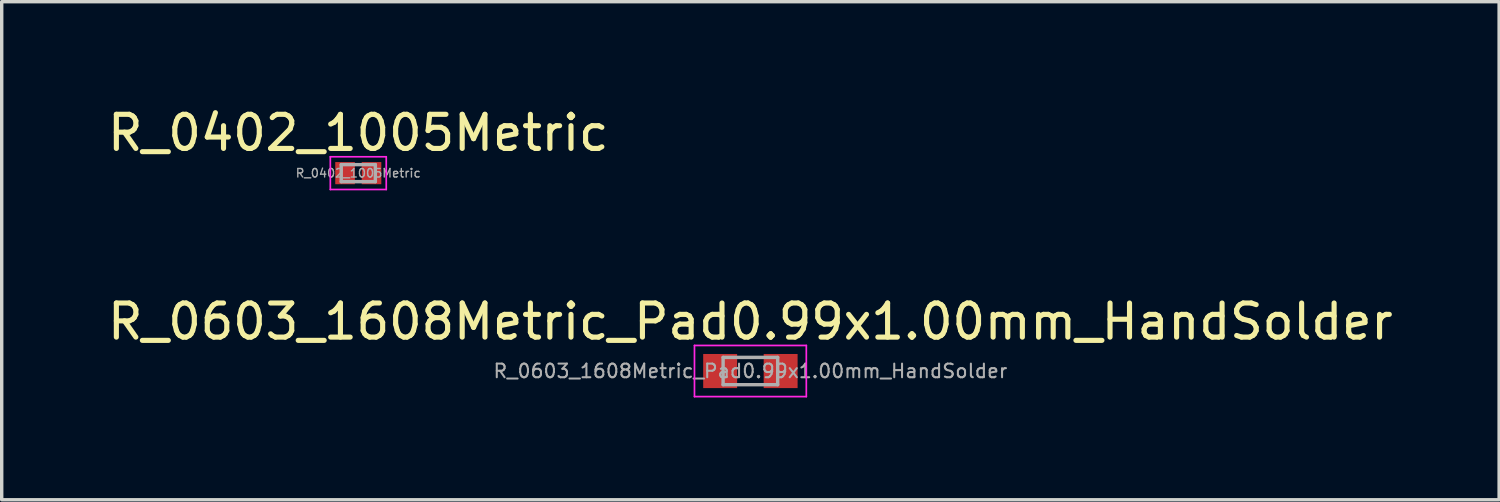
<source format=kicad_pcb>
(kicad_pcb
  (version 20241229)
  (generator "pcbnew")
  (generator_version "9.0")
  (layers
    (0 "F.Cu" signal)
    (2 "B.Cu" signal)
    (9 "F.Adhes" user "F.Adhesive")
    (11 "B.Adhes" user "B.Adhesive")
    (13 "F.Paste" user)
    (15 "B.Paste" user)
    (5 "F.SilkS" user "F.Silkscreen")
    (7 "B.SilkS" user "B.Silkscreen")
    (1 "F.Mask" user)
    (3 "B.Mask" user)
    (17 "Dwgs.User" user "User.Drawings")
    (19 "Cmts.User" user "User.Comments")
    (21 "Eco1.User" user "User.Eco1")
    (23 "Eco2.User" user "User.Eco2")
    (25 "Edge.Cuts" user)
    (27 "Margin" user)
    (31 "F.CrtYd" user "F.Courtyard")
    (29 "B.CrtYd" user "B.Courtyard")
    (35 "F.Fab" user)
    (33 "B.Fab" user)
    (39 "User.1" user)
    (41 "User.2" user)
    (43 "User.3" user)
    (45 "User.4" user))
  (footprint "R_0402_1005Metric"
    (layer "F.Cu")
    (at 7.458 2.028)
    (property "Reference" "R_0402_1005Metric" (at 0 -1.18 0) (layer "F.SilkS") (effects (font (size 1 1) (thickness 0.15))))
    (attr smd)
    (fp_line (start -0.82 -0.48) (end 0.82 -0.48) (stroke (width 0.05) (type solid)) (layer "F.CrtYd"))
    (fp_line (start -0.82 0.48) (end -0.82 -0.48) (stroke (width 0.05) (type solid)) (layer "F.CrtYd"))
    (fp_line (start 0.82 -0.48) (end 0.82 0.48) (stroke (width 0.05) (type solid)) (layer "F.CrtYd"))
    (fp_line (start 0.82 0.48) (end -0.82 0.48) (stroke (width 0.05) (type solid)) (layer "F.CrtYd"))
    (fp_line (start -0.5 -0.25) (end 0.5 -0.25) (stroke (width 0.1) (type solid)) (layer "F.Fab"))
    (fp_line (start -0.5 0.25) (end -0.5 -0.25) (stroke (width 0.1) (type solid)) (layer "F.Fab"))
    (fp_line (start 0.5 -0.25) (end 0.5 0.25) (stroke (width 0.1) (type solid)) (layer "F.Fab"))
    (fp_line (start 0.5 0.25) (end -0.5 0.25) (stroke (width 0.1) (type solid)) (layer "F.Fab"))
    (fp_text user "${REFERENCE}" (at 0 0 0) (layer "F.Fab") (effects (font (size 0.25 0.25) (thickness 0.04))))
    (pad "1" smd rect (at -0.388 0) (size 0.575 0.65) (layers "F.Cu" "F.Mask" "F.Paste"))
    (pad "2" smd rect (at 0.388 0) (size 0.575 0.65) (layers "F.Cu" "F.Mask" "F.Paste")))
  (footprint "R_0603_1608Metric_Pad0.99x1.00mm_HandSolder"
    (layer "F.Cu")
    (at 18.958 7.832)
    (property "Reference" "R_0603_1608Metric_Pad0.99x1.00mm_HandSolder" (at 0 -1.45 0) (layer "F.SilkS") (effects (font (size 1 1) (thickness 0.15))))
    (attr smd)
    (fp_line (start -1.64 -0.75) (end 1.64 -0.75) (stroke (width 0.05) (type solid)) (layer "F.CrtYd"))
    (fp_line (start -1.64 0.75) (end -1.64 -0.75) (stroke (width 0.05) (type solid)) (layer "F.CrtYd"))
    (fp_line (start 1.64 -0.75) (end 1.64 0.75) (stroke (width 0.05) (type solid)) (layer "F.CrtYd"))
    (fp_line (start 1.64 0.75) (end -1.64 0.75) (stroke (width 0.05) (type solid)) (layer "F.CrtYd"))
    (fp_line (start -0.8 -0.4) (end 0.8 -0.4) (stroke (width 0.1) (type solid)) (layer "F.Fab"))
    (fp_line (start -0.8 0.4) (end -0.8 -0.4) (stroke (width 0.1) (type solid)) (layer "F.Fab"))
    (fp_line (start 0.8 -0.4) (end 0.8 0.4) (stroke (width 0.1) (type solid)) (layer "F.Fab"))
    (fp_line (start 0.8 0.4) (end -0.8 0.4) (stroke (width 0.1) (type solid)) (layer "F.Fab"))
    (fp_text user "${REFERENCE}" (at 0 0 0) (layer "F.Fab") (effects (font (size 0.4 0.4) (thickness 0.06))))
    (pad "1" smd rect (at -0.887 0) (size 0.995 1) (layers "F.Cu" "F.Mask" "F.Paste"))
    (pad "2" smd rect (at 0.887 0) (size 0.995 1) (layers "F.Cu" "F.Mask" "F.Paste")))
  (gr_rect
    (start -3 -3)
    (end 40.917 11.607)
    (stroke (width 0.1) (type default))
    (fill no)
    (layer "Edge.Cuts")))
</source>
